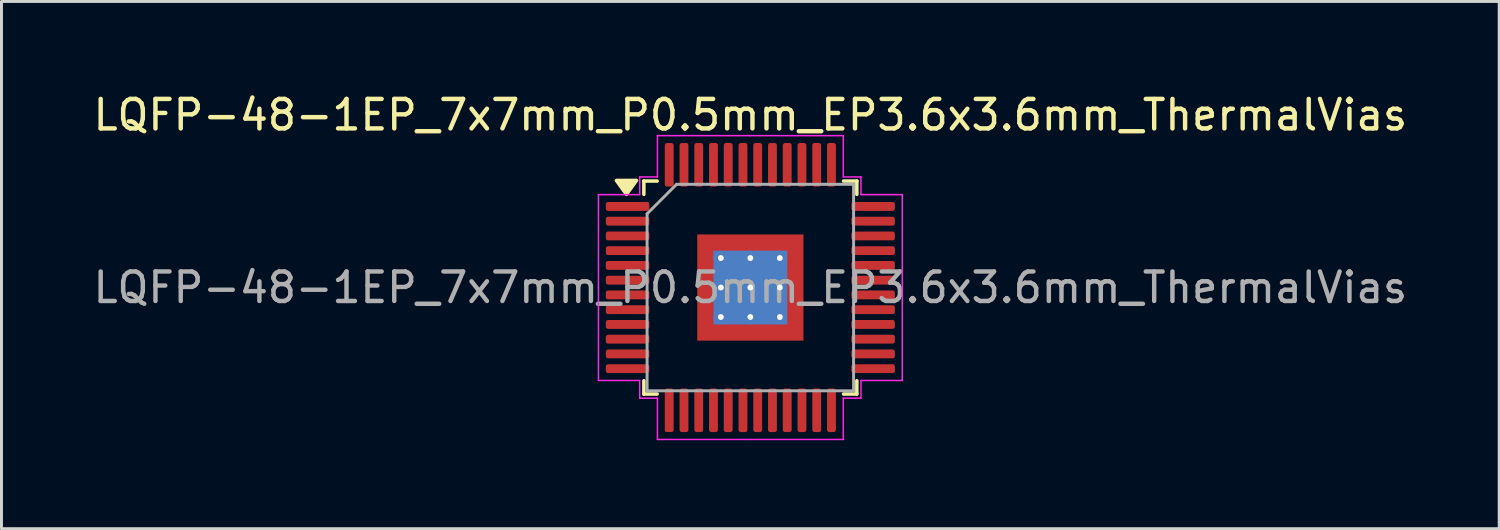
<source format=kicad_pcb>
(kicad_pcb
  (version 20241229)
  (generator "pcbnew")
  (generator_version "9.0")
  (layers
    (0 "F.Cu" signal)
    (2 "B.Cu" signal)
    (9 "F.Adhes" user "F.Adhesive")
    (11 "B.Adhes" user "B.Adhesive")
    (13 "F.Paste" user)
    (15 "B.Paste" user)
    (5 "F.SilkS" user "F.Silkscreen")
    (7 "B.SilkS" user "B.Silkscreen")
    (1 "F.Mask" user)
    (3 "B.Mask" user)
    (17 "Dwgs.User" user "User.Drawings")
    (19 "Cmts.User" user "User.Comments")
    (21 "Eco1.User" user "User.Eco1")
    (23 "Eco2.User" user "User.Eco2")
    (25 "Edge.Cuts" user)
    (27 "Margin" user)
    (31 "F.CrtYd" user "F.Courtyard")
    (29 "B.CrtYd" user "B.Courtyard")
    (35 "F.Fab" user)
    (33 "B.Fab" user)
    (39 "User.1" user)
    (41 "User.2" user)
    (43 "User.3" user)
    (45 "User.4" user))
  (footprint "LQFP-48-1EP_7x7mm_P0.5mm_EP3.6x3.6mm_ThermalVias"
    (layer "F.Cu")
    (at 22.387 6.698)
    (property "Reference" "LQFP-48-1EP_7x7mm_P0.5mm_EP3.6x3.6mm_ThermalVias" (at 0 -5.85 0) (layer "F.SilkS") (effects (font (size 1 1) (thickness 0.15))))
    (attr smd)
    (fp_line (start -3.61 -3.61) (end -3.61 -3.16) (stroke (width 0.12) (type solid)) (layer "F.SilkS"))
    (fp_line (start -3.61 3.61) (end -3.61 3.16) (stroke (width 0.12) (type solid)) (layer "F.SilkS"))
    (fp_line (start -3.16 -3.61) (end -3.61 -3.61) (stroke (width 0.12) (type solid)) (layer "F.SilkS"))
    (fp_line (start -3.16 3.61) (end -3.61 3.61) (stroke (width 0.12) (type solid)) (layer "F.SilkS"))
    (fp_line (start 3.16 -3.61) (end 3.61 -3.61) (stroke (width 0.12) (type solid)) (layer "F.SilkS"))
    (fp_line (start 3.16 3.61) (end 3.61 3.61) (stroke (width 0.12) (type solid)) (layer "F.SilkS"))
    (fp_line (start 3.61 -3.61) (end 3.61 -3.16) (stroke (width 0.12) (type solid)) (layer "F.SilkS"))
    (fp_line (start 3.61 3.61) (end 3.61 3.16) (stroke (width 0.12) (type solid)) (layer "F.SilkS"))
    (fp_poly (pts (xy -4.2 -3.16) (xy -4.54 -3.63) (xy -3.86 -3.63) (xy -4.2 -3.16)) (stroke (width 0.12) (type solid)) (fill yes) (layer "F.SilkS"))
    (fp_line (start -5.15 -3.15) (end -5.15 0) (stroke (width 0.05) (type solid)) (layer "F.CrtYd"))
    (fp_line (start -5.15 3.15) (end -5.15 0) (stroke (width 0.05) (type solid)) (layer "F.CrtYd"))
    (fp_line (start -3.75 -3.75) (end -3.75 -3.15) (stroke (width 0.05) (type solid)) (layer "F.CrtYd"))
    (fp_line (start -3.75 -3.15) (end -5.15 -3.15) (stroke (width 0.05) (type solid)) (layer "F.CrtYd"))
    (fp_line (start -3.75 3.15) (end -5.15 3.15) (stroke (width 0.05) (type solid)) (layer "F.CrtYd"))
    (fp_line (start -3.75 3.75) (end -3.75 3.15) (stroke (width 0.05) (type solid)) (layer "F.CrtYd"))
    (fp_line (start -3.15 -5.15) (end -3.15 -3.75) (stroke (width 0.05) (type solid)) (layer "F.CrtYd"))
    (fp_line (start -3.15 -3.75) (end -3.75 -3.75) (stroke (width 0.05) (type solid)) (layer "F.CrtYd"))
    (fp_line (start -3.15 3.75) (end -3.75 3.75) (stroke (width 0.05) (type solid)) (layer "F.CrtYd"))
    (fp_line (start -3.15 5.15) (end -3.15 3.75) (stroke (width 0.05) (type solid)) (layer "F.CrtYd"))
    (fp_line (start 0 -5.15) (end -3.15 -5.15) (stroke (width 0.05) (type solid)) (layer "F.CrtYd"))
    (fp_line (start 0 -5.15) (end 3.15 -5.15) (stroke (width 0.05) (type solid)) (layer "F.CrtYd"))
    (fp_line (start 0 5.15) (end -3.15 5.15) (stroke (width 0.05) (type solid)) (layer "F.CrtYd"))
    (fp_line (start 0 5.15) (end 3.15 5.15) (stroke (width 0.05) (type solid)) (layer "F.CrtYd"))
    (fp_line (start 3.15 -5.15) (end 3.15 -3.75) (stroke (width 0.05) (type solid)) (layer "F.CrtYd"))
    (fp_line (start 3.15 -3.75) (end 3.75 -3.75) (stroke (width 0.05) (type solid)) (layer "F.CrtYd"))
    (fp_line (start 3.15 3.75) (end 3.75 3.75) (stroke (width 0.05) (type solid)) (layer "F.CrtYd"))
    (fp_line (start 3.15 5.15) (end 3.15 3.75) (stroke (width 0.05) (type solid)) (layer "F.CrtYd"))
    (fp_line (start 3.75 -3.75) (end 3.75 -3.15) (stroke (width 0.05) (type solid)) (layer "F.CrtYd"))
    (fp_line (start 3.75 -3.15) (end 5.15 -3.15) (stroke (width 0.05) (type solid)) (layer "F.CrtYd"))
    (fp_line (start 3.75 3.15) (end 5.15 3.15) (stroke (width 0.05) (type solid)) (layer "F.CrtYd"))
    (fp_line (start 3.75 3.75) (end 3.75 3.15) (stroke (width 0.05) (type solid)) (layer "F.CrtYd"))
    (fp_line (start 5.15 -3.15) (end 5.15 0) (stroke (width 0.05) (type solid)) (layer "F.CrtYd"))
    (fp_line (start 5.15 3.15) (end 5.15 0) (stroke (width 0.05) (type solid)) (layer "F.CrtYd"))
    (fp_line (start -3.5 -2.5) (end -2.5 -3.5) (stroke (width 0.1) (type solid)) (layer "F.Fab"))
    (fp_line (start -3.5 3.5) (end -3.5 -2.5) (stroke (width 0.1) (type solid)) (layer "F.Fab"))
    (fp_line (start -2.5 -3.5) (end 3.5 -3.5) (stroke (width 0.1) (type solid)) (layer "F.Fab"))
    (fp_line (start 3.5 -3.5) (end 3.5 3.5) (stroke (width 0.1) (type solid)) (layer "F.Fab"))
    (fp_line (start 3.5 3.5) (end -3.5 3.5) (stroke (width 0.1) (type solid)) (layer "F.Fab"))
    (fp_text user "${REFERENCE}" (at 0 0 0) (layer "F.Fab") (effects (font (size 1 1) (thickness 0.15))))
    (pad "" smd custom (at -1.4 -1.4) (size 0.555 0.555) (layers "F.Paste") (options (anchor circle)) (primitives (gr_poly (pts (xy -0.232 -0.232) (xy 0.232 -0.232) (xy 0.232 0.157) (xy 0.157 0.232) (xy -0.232 0.232)) (width 0.181) (fill yes))))
    (pad "" smd custom (at -1.4 -0.5) (size 0.568 0.568) (layers "F.Paste") (options (anchor circle)) (primitives (gr_poly (pts (xy -0.246 -0.326) (xy 0.182 -0.326) (xy 0.246 -0.263) (xy 0.246 0.263) (xy 0.182 0.326) (xy -0.246 0.326)) (width 0.153) (fill yes))))
    (pad "" smd custom (at -1.4 0.5) (size 0.568 0.568) (layers "F.Paste") (options (anchor circle)) (primitives (gr_poly (pts (xy -0.246 -0.326) (xy 0.182 -0.326) (xy 0.246 -0.263) (xy 0.246 0.263) (xy 0.182 0.326) (xy -0.246 0.326)) (width 0.153) (fill yes))))
    (pad "" smd custom (at -1.4 1.4) (size 0.555 0.555) (layers "F.Paste") (options (anchor circle)) (primitives (gr_poly (pts (xy -0.232 -0.232) (xy 0.157 -0.232) (xy 0.232 -0.157) (xy 0.232 0.232) (xy -0.232 0.232)) (width 0.181) (fill yes))))
    (pad "" smd custom (at -0.5 -1.4) (size 0.568 0.568) (layers "F.Paste") (options (anchor circle)) (primitives (gr_poly (pts (xy -0.326 -0.246) (xy 0.326 -0.246) (xy 0.326 0.182) (xy 0.263 0.246) (xy -0.263 0.246) (xy -0.326 0.182)) (width 0.153) (fill yes))))
    (pad "" smd roundrect (at -0.5 -0.5) (size 0.806 0.806) (layers "F.Paste") (roundrect_rratio 0.25))
    (pad "" smd roundrect (at -0.5 0.5) (size 0.806 0.806) (layers "F.Paste") (roundrect_rratio 0.25))
    (pad "" smd custom (at -0.5 1.4) (size 0.568 0.568) (layers "F.Paste") (options (anchor circle)) (primitives (gr_poly (pts (xy -0.326 -0.182) (xy -0.263 -0.246) (xy 0.263 -0.246) (xy 0.326 -0.182) (xy 0.326 0.246) (xy -0.326 0.246)) (width 0.153) (fill yes))))
    (pad "" smd custom (at 0.5 -1.4) (size 0.568 0.568) (layers "F.Paste") (options (anchor circle)) (primitives (gr_poly (pts (xy -0.326 -0.246) (xy 0.326 -0.246) (xy 0.326 0.182) (xy 0.263 0.246) (xy -0.263 0.246) (xy -0.326 0.182)) (width 0.153) (fill yes))))
    (pad "" smd roundrect (at 0.5 -0.5) (size 0.806 0.806) (layers "F.Paste") (roundrect_rratio 0.25))
    (pad "" smd roundrect (at 0.5 0.5) (size 0.806 0.806) (layers "F.Paste") (roundrect_rratio 0.25))
    (pad "" smd custom (at 0.5 1.4) (size 0.568 0.568) (layers "F.Paste") (options (anchor circle)) (primitives (gr_poly (pts (xy -0.326 -0.182) (xy -0.263 -0.246) (xy 0.263 -0.246) (xy 0.326 -0.182) (xy 0.326 0.246) (xy -0.326 0.246)) (width 0.153) (fill yes))))
    (pad "" smd custom (at 1.4 -1.4) (size 0.555 0.555) (layers "F.Paste") (options (anchor circle)) (primitives (gr_poly (pts (xy -0.232 -0.232) (xy 0.232 -0.232) (xy 0.232 0.232) (xy -0.157 0.232) (xy -0.232 0.157)) (width 0.181) (fill yes))))
    (pad "" smd custom (at 1.4 -0.5) (size 0.568 0.568) (layers "F.Paste") (options (anchor circle)) (primitives (gr_poly (pts (xy -0.246 -0.263) (xy -0.182 -0.326) (xy 0.246 -0.326) (xy 0.246 0.326) (xy -0.182 0.326) (xy -0.246 0.263)) (width 0.153) (fill yes))))
    (pad "" smd custom (at 1.4 0.5) (size 0.568 0.568) (layers "F.Paste") (options (anchor circle)) (primitives (gr_poly (pts (xy -0.246 -0.263) (xy -0.182 -0.326) (xy 0.246 -0.326) (xy 0.246 0.326) (xy -0.182 0.326) (xy -0.246 0.263)) (width 0.153) (fill yes))))
    (pad "" smd custom (at 1.4 1.4) (size 0.555 0.555) (layers "F.Paste") (options (anchor circle)) (primitives (gr_poly (pts (xy -0.232 -0.157) (xy -0.157 -0.232) (xy 0.232 -0.232) (xy 0.232 0.232) (xy -0.232 0.232)) (width 0.181) (fill yes))))
    (pad "1" smd roundrect (at -4.162 -2.75) (size 1.475 0.3) (layers "F.Cu" "F.Mask" "F.Paste") (roundrect_rratio 0.25))
    (pad "2" smd roundrect (at -4.162 -2.25) (size 1.475 0.3) (layers "F.Cu" "F.Mask" "F.Paste") (roundrect_rratio 0.25))
    (pad "3" smd roundrect (at -4.162 -1.75) (size 1.475 0.3) (layers "F.Cu" "F.Mask" "F.Paste") (roundrect_rratio 0.25))
    (pad "4" smd roundrect (at -4.162 -1.25) (size 1.475 0.3) (layers "F.Cu" "F.Mask" "F.Paste") (roundrect_rratio 0.25))
    (pad "5" smd roundrect (at -4.162 -0.75) (size 1.475 0.3) (layers "F.Cu" "F.Mask" "F.Paste") (roundrect_rratio 0.25))
    (pad "6" smd roundrect (at -4.162 -0.25) (size 1.475 0.3) (layers "F.Cu" "F.Mask" "F.Paste") (roundrect_rratio 0.25))
    (pad "7" smd roundrect (at -4.162 0.25) (size 1.475 0.3) (layers "F.Cu" "F.Mask" "F.Paste") (roundrect_rratio 0.25))
    (pad "8" smd roundrect (at -4.162 0.75) (size 1.475 0.3) (layers "F.Cu" "F.Mask" "F.Paste") (roundrect_rratio 0.25))
    (pad "9" smd roundrect (at -4.162 1.25) (size 1.475 0.3) (layers "F.Cu" "F.Mask" "F.Paste") (roundrect_rratio 0.25))
    (pad "10" smd roundrect (at -4.162 1.75) (size 1.475 0.3) (layers "F.Cu" "F.Mask" "F.Paste") (roundrect_rratio 0.25))
    (pad "11" smd roundrect (at -4.162 2.25) (size 1.475 0.3) (layers "F.Cu" "F.Mask" "F.Paste") (roundrect_rratio 0.25))
    (pad "12" smd roundrect (at -4.162 2.75) (size 1.475 0.3) (layers "F.Cu" "F.Mask" "F.Paste") (roundrect_rratio 0.25))
    (pad "13" smd roundrect (at -2.75 4.162) (size 0.3 1.475) (layers "F.Cu" "F.Mask" "F.Paste") (roundrect_rratio 0.25))
    (pad "14" smd roundrect (at -2.25 4.162) (size 0.3 1.475) (layers "F.Cu" "F.Mask" "F.Paste") (roundrect_rratio 0.25))
    (pad "15" smd roundrect (at -1.75 4.162) (size 0.3 1.475) (layers "F.Cu" "F.Mask" "F.Paste") (roundrect_rratio 0.25))
    (pad "16" smd roundrect (at -1.25 4.162) (size 0.3 1.475) (layers "F.Cu" "F.Mask" "F.Paste") (roundrect_rratio 0.25))
    (pad "17" smd roundrect (at -0.75 4.162) (size 0.3 1.475) (layers "F.Cu" "F.Mask" "F.Paste") (roundrect_rratio 0.25))
    (pad "18" smd roundrect (at -0.25 4.162) (size 0.3 1.475) (layers "F.Cu" "F.Mask" "F.Paste") (roundrect_rratio 0.25))
    (pad "19" smd roundrect (at 0.25 4.162) (size 0.3 1.475) (layers "F.Cu" "F.Mask" "F.Paste") (roundrect_rratio 0.25))
    (pad "20" smd roundrect (at 0.75 4.162) (size 0.3 1.475) (layers "F.Cu" "F.Mask" "F.Paste") (roundrect_rratio 0.25))
    (pad "21" smd roundrect (at 1.25 4.162) (size 0.3 1.475) (layers "F.Cu" "F.Mask" "F.Paste") (roundrect_rratio 0.25))
    (pad "22" smd roundrect (at 1.75 4.162) (size 0.3 1.475) (layers "F.Cu" "F.Mask" "F.Paste") (roundrect_rratio 0.25))
    (pad "23" smd roundrect (at 2.25 4.162) (size 0.3 1.475) (layers "F.Cu" "F.Mask" "F.Paste") (roundrect_rratio 0.25))
    (pad "24" smd roundrect (at 2.75 4.162) (size 0.3 1.475) (layers "F.Cu" "F.Mask" "F.Paste") (roundrect_rratio 0.25))
    (pad "25" smd roundrect (at 4.162 2.75) (size 1.475 0.3) (layers "F.Cu" "F.Mask" "F.Paste") (roundrect_rratio 0.25))
    (pad "26" smd roundrect (at 4.162 2.25) (size 1.475 0.3) (layers "F.Cu" "F.Mask" "F.Paste") (roundrect_rratio 0.25))
    (pad "27" smd roundrect (at 4.162 1.75) (size 1.475 0.3) (layers "F.Cu" "F.Mask" "F.Paste") (roundrect_rratio 0.25))
    (pad "28" smd roundrect (at 4.162 1.25) (size 1.475 0.3) (layers "F.Cu" "F.Mask" "F.Paste") (roundrect_rratio 0.25))
    (pad "29" smd roundrect (at 4.162 0.75) (size 1.475 0.3) (layers "F.Cu" "F.Mask" "F.Paste") (roundrect_rratio 0.25))
    (pad "30" smd roundrect (at 4.162 0.25) (size 1.475 0.3) (layers "F.Cu" "F.Mask" "F.Paste") (roundrect_rratio 0.25))
    (pad "31" smd roundrect (at 4.162 -0.25) (size 1.475 0.3) (layers "F.Cu" "F.Mask" "F.Paste") (roundrect_rratio 0.25))
    (pad "32" smd roundrect (at 4.162 -0.75) (size 1.475 0.3) (layers "F.Cu" "F.Mask" "F.Paste") (roundrect_rratio 0.25))
    (pad "33" smd roundrect (at 4.162 -1.25) (size 1.475 0.3) (layers "F.Cu" "F.Mask" "F.Paste") (roundrect_rratio 0.25))
    (pad "34" smd roundrect (at 4.162 -1.75) (size 1.475 0.3) (layers "F.Cu" "F.Mask" "F.Paste") (roundrect_rratio 0.25))
    (pad "35" smd roundrect (at 4.162 -2.25) (size 1.475 0.3) (layers "F.Cu" "F.Mask" "F.Paste") (roundrect_rratio 0.25))
    (pad "36" smd roundrect (at 4.162 -2.75) (size 1.475 0.3) (layers "F.Cu" "F.Mask" "F.Paste") (roundrect_rratio 0.25))
    (pad "37" smd roundrect (at 2.75 -4.162) (size 0.3 1.475) (layers "F.Cu" "F.Mask" "F.Paste") (roundrect_rratio 0.25))
    (pad "38" smd roundrect (at 2.25 -4.162) (size 0.3 1.475) (layers "F.Cu" "F.Mask" "F.Paste") (roundrect_rratio 0.25))
    (pad "39" smd roundrect (at 1.75 -4.162) (size 0.3 1.475) (layers "F.Cu" "F.Mask" "F.Paste") (roundrect_rratio 0.25))
    (pad "40" smd roundrect (at 1.25 -4.162) (size 0.3 1.475) (layers "F.Cu" "F.Mask" "F.Paste") (roundrect_rratio 0.25))
    (pad "41" smd roundrect (at 0.75 -4.162) (size 0.3 1.475) (layers "F.Cu" "F.Mask" "F.Paste") (roundrect_rratio 0.25))
    (pad "42" smd roundrect (at 0.25 -4.162) (size 0.3 1.475) (layers "F.Cu" "F.Mask" "F.Paste") (roundrect_rratio 0.25))
    (pad "43" smd roundrect (at -0.25 -4.162) (size 0.3 1.475) (layers "F.Cu" "F.Mask" "F.Paste") (roundrect_rratio 0.25))
    (pad "44" smd roundrect (at -0.75 -4.162) (size 0.3 1.475) (layers "F.Cu" "F.Mask" "F.Paste") (roundrect_rratio 0.25))
    (pad "45" smd roundrect (at -1.25 -4.162) (size 0.3 1.475) (layers "F.Cu" "F.Mask" "F.Paste") (roundrect_rratio 0.25))
    (pad "46" smd roundrect (at -1.75 -4.162) (size 0.3 1.475) (layers "F.Cu" "F.Mask" "F.Paste") (roundrect_rratio 0.25))
    (pad "47" smd roundrect (at -2.25 -4.162) (size 0.3 1.475) (layers "F.Cu" "F.Mask" "F.Paste") (roundrect_rratio 0.25))
    (pad "48" smd roundrect (at -2.75 -4.162) (size 0.3 1.475) (layers "F.Cu" "F.Mask" "F.Paste") (roundrect_rratio 0.25))
    (pad "49" thru_hole circle (at -1 -1) (size 0.5 0.5) (drill 0.2) (property pad_prop_heatsink) (layers "*.Cu"))
    (pad "49" thru_hole circle (at -1 0) (size 0.5 0.5) (drill 0.2) (property pad_prop_heatsink) (layers "*.Cu"))
    (pad "49" thru_hole circle (at -1 1) (size 0.5 0.5) (drill 0.2) (property pad_prop_heatsink) (layers "*.Cu"))
    (pad "49" thru_hole circle (at 0 -1) (size 0.5 0.5) (drill 0.2) (property pad_prop_heatsink) (layers "*.Cu"))
    (pad "49" thru_hole circle (at 0 0) (size 0.5 0.5) (drill 0.2) (property pad_prop_heatsink) (layers "*.Cu"))
    (pad "49" smd rect (at 0 0) (size 2.5 2.5) (property pad_prop_heatsink) (layers "B.Cu"))
    (pad "49" smd rect (at 0 0) (size 3.6 3.6) (property pad_prop_heatsink) (layers "F.Cu" "F.Mask"))
    (pad "49" thru_hole circle (at 0 1) (size 0.5 0.5) (drill 0.2) (property pad_prop_heatsink) (layers "*.Cu"))
    (pad "49" thru_hole circle (at 1 -1) (size 0.5 0.5) (drill 0.2) (property pad_prop_heatsink) (layers "*.Cu"))
    (pad "49" thru_hole circle (at 1 0) (size 0.5 0.5) (drill 0.2) (property pad_prop_heatsink) (layers "*.Cu"))
    (pad "49" thru_hole circle (at 1 1) (size 0.5 0.5) (drill 0.2) (property pad_prop_heatsink) (layers "*.Cu")))
  (gr_rect
    (start -3 -3)
    (end 47.774 14.873)
    (stroke (width 0.1) (type default))
    (fill no)
    (layer "Edge.Cuts")))
</source>
